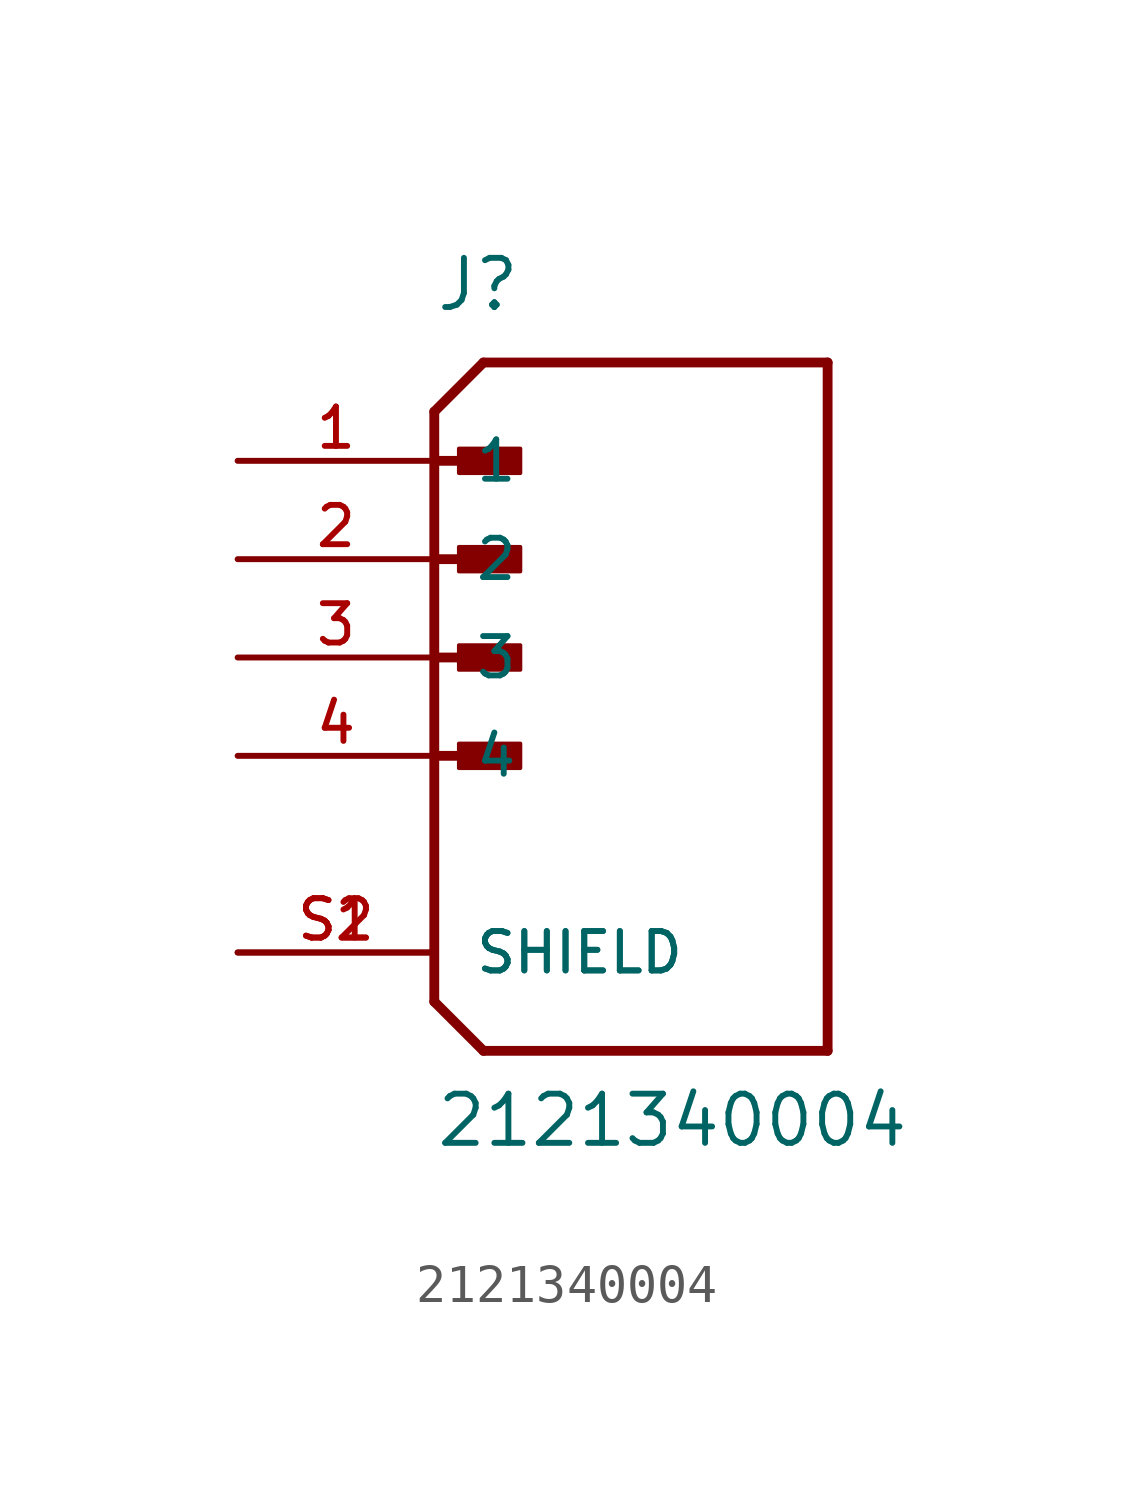
<source format=kicad_sym>
(kicad_symbol_lib
  (version 20211014)
  (generator kicad_symbol_editor)
  (symbol "2121340004"
    (pin_names
      (offset 1.016))
    (property "Reference" "J"
      (at 0.0 8.89 0)
      (effects (font (size 1.27 1.27)) (justify bottom left)))
    (property "Value" "2121340004"
      (at 0.0 -12.7 0)
      (effects (font (size 1.27 1.27)) (justify bottom left)))
    (symbol "2121340004_0_0"
      (polyline (pts (xy 0.0 6.35) (xy 1.27 7.62)) (stroke (width 0.254)))
      (polyline (pts (xy 0.0 6.35) (xy 0.0 5.08)) (stroke (width 0.254)))
      (polyline (pts (xy 0.0 5.08) (xy 0.0 -8.89)) (stroke (width 0.254)))
      (polyline (pts (xy 0.0 -8.89) (xy 1.27 -10.16)) (stroke (width 0.254)))
      (polyline (pts (xy 1.27 -10.16) (xy 10.16 -10.16)) (stroke (width 0.254)))
      (polyline (pts (xy 10.16 -10.16) (xy 10.16 7.62)) (stroke (width 0.254)))
      (polyline (pts (xy 10.16 7.62) (xy 1.27 7.62)) (stroke (width 0.254)))
      (polyline (pts (xy 0.0 5.08) (xy 1.905 5.08)) (stroke (width 0.254)))
      (rectangle (start 0.635 4.763) (end 2.223 5.397) (stroke (width 0.1)) (fill (type outline)))
      (polyline (pts (xy 0.0 2.54) (xy 1.905 2.54)) (stroke (width 0.254)))
      (rectangle (start 0.635 2.223) (end 2.223 2.857) (stroke (width 0.1)) (fill (type outline)))
      (polyline (pts (xy 0.0 0.0) (xy 1.905 0.0)) (stroke (width 0.254)))
      (rectangle (start 0.635 -0.318) (end 2.223 0.318) (stroke (width 0.1)) (fill (type outline)))
      (polyline (pts (xy 0.0 -2.54) (xy 1.905 -2.54)) (stroke (width 0.254)))
      (rectangle (start 0.635 -2.857) (end 2.223 -2.223) (stroke (width 0.1)) (fill (type outline)))
      (pin passive line (at -5.08 5.08 0) (length 5.08) (name "1" (effects (font (size 1.016 1.016)))) (number "1" (effects (font (size 1.016 1.016)))))
      (pin passive line (at -5.08 2.54 0) (length 5.08) (name "2" (effects (font (size 1.016 1.016)))) (number "2" (effects (font (size 1.016 1.016)))))
      (pin passive line (at -5.08 0.0 0) (length 5.08) (name "3" (effects (font (size 1.016 1.016)))) (number "3" (effects (font (size 1.016 1.016)))))
      (pin passive line (at -5.08 -2.54 0) (length 5.08) (name "4" (effects (font (size 1.016 1.016)))) (number "4" (effects (font (size 1.016 1.016)))))
      (pin passive line (at -5.08 -7.62 0) (length 5.08) (name "SHIELD" (effects (font (size 1.016 1.016)))) (number "S1" (effects (font (size 1.016 1.016)))))
      (pin passive line (at -5.08 -7.62 0) (length 5.08) (name "SHIELD" (effects (font (size 1.016 1.016)))) (number "S2" (effects (font (size 1.016 1.016))))))))
</source>
